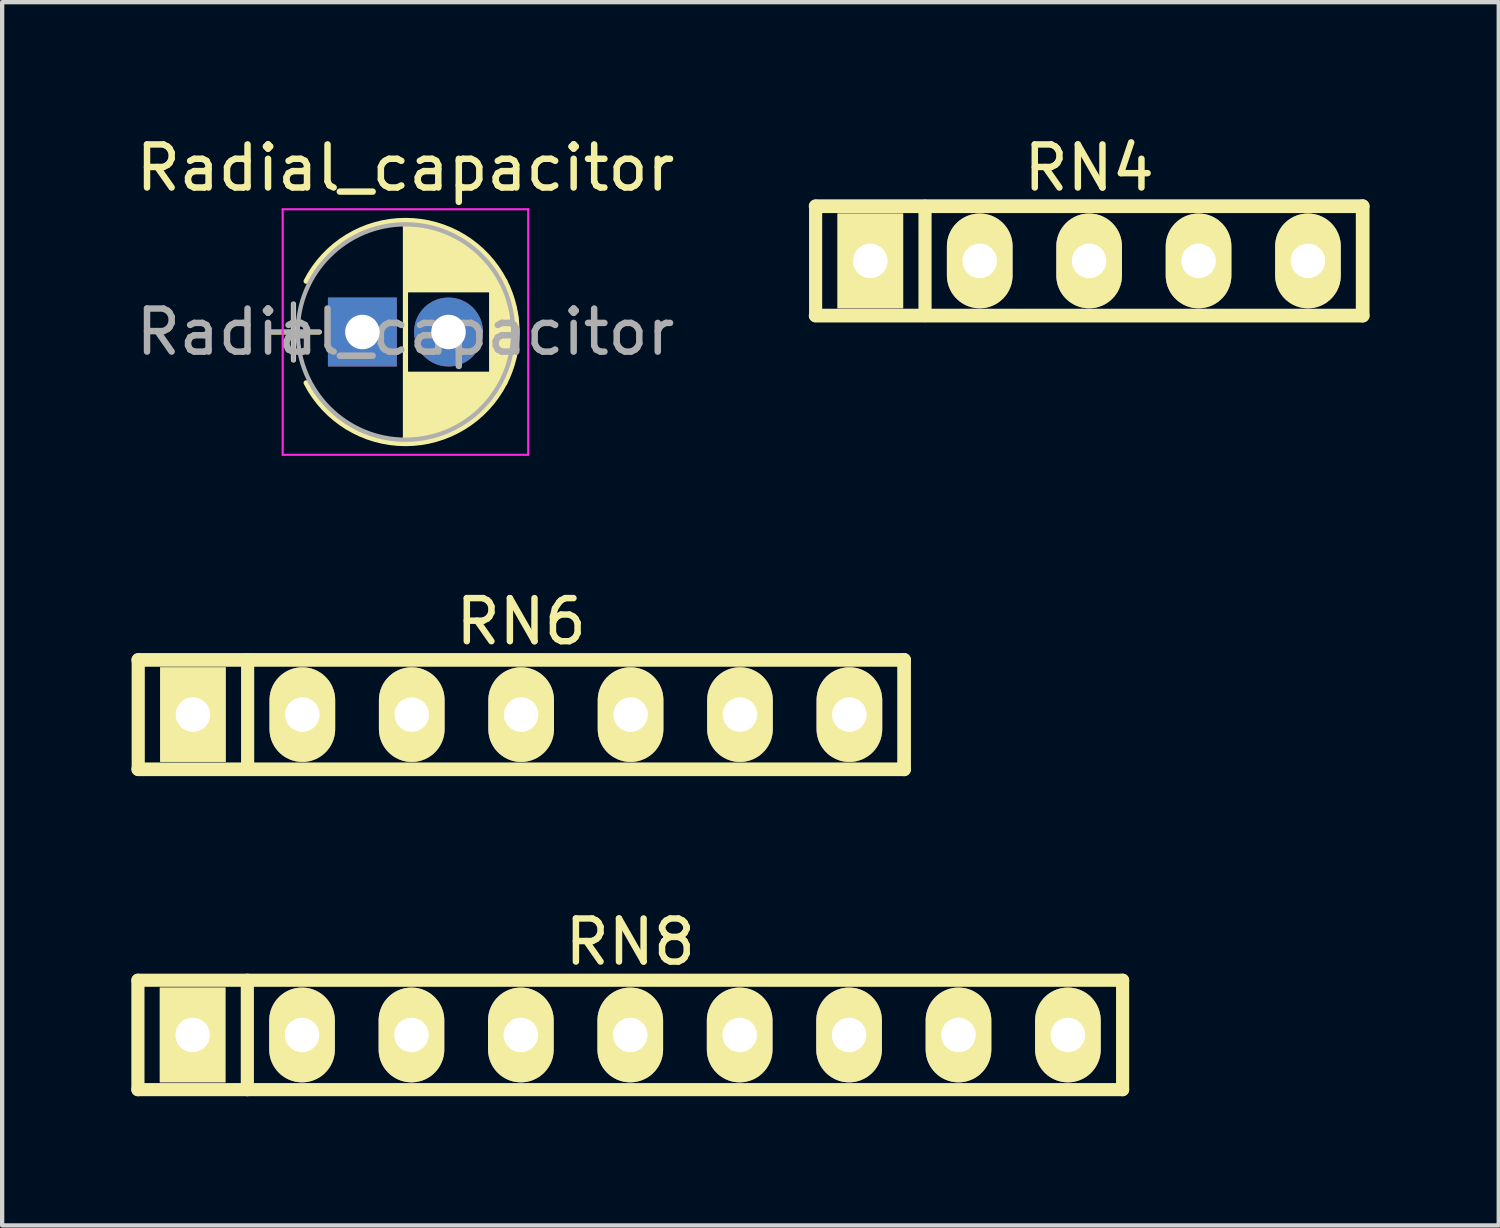
<source format=kicad_pcb>
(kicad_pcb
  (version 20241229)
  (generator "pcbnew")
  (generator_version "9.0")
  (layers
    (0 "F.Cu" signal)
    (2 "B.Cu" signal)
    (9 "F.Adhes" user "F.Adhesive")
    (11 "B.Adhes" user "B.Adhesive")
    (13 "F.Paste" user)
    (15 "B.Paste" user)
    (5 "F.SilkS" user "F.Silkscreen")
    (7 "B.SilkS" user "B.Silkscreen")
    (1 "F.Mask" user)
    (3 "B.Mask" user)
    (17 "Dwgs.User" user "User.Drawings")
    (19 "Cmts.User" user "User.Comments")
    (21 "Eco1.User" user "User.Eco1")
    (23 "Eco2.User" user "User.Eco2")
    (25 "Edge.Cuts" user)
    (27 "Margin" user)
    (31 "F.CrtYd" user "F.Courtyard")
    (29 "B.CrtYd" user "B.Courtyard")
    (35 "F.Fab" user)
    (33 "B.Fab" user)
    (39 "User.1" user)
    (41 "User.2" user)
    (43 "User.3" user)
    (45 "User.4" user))
  (footprint "RN4"
    (layer "F.Cu")
    (at 22.235 3.007)
    (property "Reference" "RN4" (at 0 -2.159 0) (layer "F.SilkS") (effects (font (size 1 1) (thickness 0.15))))
    (attr through_hole)
    (fp_line (start -6.35 -1.27) (end 6.35 -1.27) (stroke (width 0.318) (type solid)) (layer "F.SilkS"))
    (fp_line (start -6.35 1.27) (end -6.35 -1.27) (stroke (width 0.305) (type solid)) (layer "F.SilkS"))
    (fp_line (start -3.81 -1.27) (end -3.81 1.27) (stroke (width 0.305) (type solid)) (layer "F.SilkS"))
    (fp_line (start 6.35 -1.27) (end 6.35 1.27) (stroke (width 0.318) (type solid)) (layer "F.SilkS"))
    (fp_line (start 6.35 1.27) (end -6.35 1.27) (stroke (width 0.318) (type solid)) (layer "F.SilkS"))
    (pad "1" thru_hole rect (at -5.08 0) (size 1.524 2.2) (drill 0.8) (layers "*.Cu" "*.Mask" "F.SilkS"))
    (pad "2" thru_hole oval (at -2.54 0) (size 1.524 2.2) (drill 0.8) (layers "*.Cu" "*.Mask" "F.SilkS"))
    (pad "3" thru_hole oval (at 0 0) (size 1.524 2.2) (drill 0.8) (layers "*.Cu" "*.Mask" "F.SilkS"))
    (pad "4" thru_hole oval (at 2.54 0) (size 1.524 2.2) (drill 0.8) (layers "*.Cu" "*.Mask" "F.SilkS"))
    (pad "5" thru_hole oval (at 5.08 0) (size 1.524 2.2) (drill 0.8) (layers "*.Cu" "*.Mask" "F.SilkS")))
  (footprint "RN8"
    (layer "F.Cu")
    (at 11.582 20.977)
    (property "Reference" "RN8" (at 0 -2.159 0) (layer "F.SilkS") (effects (font (size 1 1) (thickness 0.15))))
    (attr through_hole)
    (fp_line (start -11.43 -1.27) (end 11.43 -1.27) (stroke (width 0.305) (type solid)) (layer "F.SilkS"))
    (fp_line (start -11.43 1.27) (end -11.43 -1.27) (stroke (width 0.305) (type solid)) (layer "F.SilkS"))
    (fp_line (start -8.89 -1.27) (end -8.89 1.27) (stroke (width 0.305) (type solid)) (layer "F.SilkS"))
    (fp_line (start 11.43 -1.27) (end 11.43 1.27) (stroke (width 0.305) (type solid)) (layer "F.SilkS"))
    (fp_line (start 11.43 1.27) (end -11.43 1.27) (stroke (width 0.305) (type solid)) (layer "F.SilkS"))
    (pad "1" thru_hole rect (at -10.16 0) (size 1.524 2.2) (drill 0.8) (layers "*.Cu" "*.Mask" "F.SilkS"))
    (pad "2" thru_hole oval (at -7.62 0) (size 1.524 2.2) (drill 0.8) (layers "*.Cu" "*.Mask" "F.SilkS"))
    (pad "3" thru_hole oval (at -5.08 0) (size 1.524 2.2) (drill 0.8) (layers "*.Cu" "*.Mask" "F.SilkS"))
    (pad "4" thru_hole oval (at -2.54 0) (size 1.524 2.2) (drill 0.8) (layers "*.Cu" "*.Mask" "F.SilkS"))
    (pad "5" thru_hole oval (at 0 0) (size 1.524 2.2) (drill 0.8) (layers "*.Cu" "*.Mask" "F.SilkS"))
    (pad "6" thru_hole oval (at 2.54 0) (size 1.524 2.2) (drill 0.8) (layers "*.Cu" "*.Mask" "F.SilkS"))
    (pad "7" thru_hole oval (at 5.08 0) (size 1.524 2.2) (drill 0.8) (layers "*.Cu" "*.Mask" "F.SilkS"))
    (pad "8" thru_hole oval (at 7.62 0) (size 1.524 2.2) (drill 0.8) (layers "*.Cu" "*.Mask" "F.SilkS"))
    (pad "9" thru_hole oval (at 10.16 0) (size 1.524 2.2) (drill 0.8) (layers "*.Cu" "*.Mask" "F.SilkS")))
  (footprint "Radial_capacitor"
    (layer "F.Cu")
    (at 5.363 4.658)
    (property "Reference" "Radial_capacitor" (at 1 -3.81 0) (layer "F.SilkS") (effects (font (size 1 1) (thickness 0.15))))
    (attr through_hole)
    (fp_line (start -2.2 0) (end -1 0) (stroke (width 0.12) (type solid)) (layer "F.SilkS"))
    (fp_line (start -1.6 -0.65) (end -1.6 0.65) (stroke (width 0.12) (type solid)) (layer "F.SilkS"))
    (fp_line (start 1 -2.55) (end 1 2.55) (stroke (width 0.12) (type solid)) (layer "F.SilkS"))
    (fp_line (start 1.04 -2.55) (end 1.04 -0.98) (stroke (width 0.12) (type solid)) (layer "F.SilkS"))
    (fp_line (start 1.04 0.98) (end 1.04 2.55) (stroke (width 0.12) (type solid)) (layer "F.SilkS"))
    (fp_line (start 1.08 -2.549) (end 1.08 -0.98) (stroke (width 0.12) (type solid)) (layer "F.SilkS"))
    (fp_line (start 1.08 0.98) (end 1.08 2.549) (stroke (width 0.12) (type solid)) (layer "F.SilkS"))
    (fp_line (start 1.12 -2.548) (end 1.12 -0.98) (stroke (width 0.12) (type solid)) (layer "F.SilkS"))
    (fp_line (start 1.12 0.98) (end 1.12 2.548) (stroke (width 0.12) (type solid)) (layer "F.SilkS"))
    (fp_line (start 1.16 -2.546) (end 1.16 -0.98) (stroke (width 0.12) (type solid)) (layer "F.SilkS"))
    (fp_line (start 1.16 0.98) (end 1.16 2.546) (stroke (width 0.12) (type solid)) (layer "F.SilkS"))
    (fp_line (start 1.2 -2.543) (end 1.2 -0.98) (stroke (width 0.12) (type solid)) (layer "F.SilkS"))
    (fp_line (start 1.2 0.98) (end 1.2 2.543) (stroke (width 0.12) (type solid)) (layer "F.SilkS"))
    (fp_line (start 1.24 -2.539) (end 1.24 -0.98) (stroke (width 0.12) (type solid)) (layer "F.SilkS"))
    (fp_line (start 1.24 0.98) (end 1.24 2.539) (stroke (width 0.12) (type solid)) (layer "F.SilkS"))
    (fp_line (start 1.28 -2.535) (end 1.28 -0.98) (stroke (width 0.12) (type solid)) (layer "F.SilkS"))
    (fp_line (start 1.28 0.98) (end 1.28 2.535) (stroke (width 0.12) (type solid)) (layer "F.SilkS"))
    (fp_line (start 1.32 -2.531) (end 1.32 -0.98) (stroke (width 0.12) (type solid)) (layer "F.SilkS"))
    (fp_line (start 1.32 0.98) (end 1.32 2.531) (stroke (width 0.12) (type solid)) (layer "F.SilkS"))
    (fp_line (start 1.36 -2.525) (end 1.36 -0.98) (stroke (width 0.12) (type solid)) (layer "F.SilkS"))
    (fp_line (start 1.36 0.98) (end 1.36 2.525) (stroke (width 0.12) (type solid)) (layer "F.SilkS"))
    (fp_line (start 1.4 -2.519) (end 1.4 -0.98) (stroke (width 0.12) (type solid)) (layer "F.SilkS"))
    (fp_line (start 1.4 0.98) (end 1.4 2.519) (stroke (width 0.12) (type solid)) (layer "F.SilkS"))
    (fp_line (start 1.44 -2.513) (end 1.44 -0.98) (stroke (width 0.12) (type solid)) (layer "F.SilkS"))
    (fp_line (start 1.44 0.98) (end 1.44 2.513) (stroke (width 0.12) (type solid)) (layer "F.SilkS"))
    (fp_line (start 1.48 -2.506) (end 1.48 -0.98) (stroke (width 0.12) (type solid)) (layer "F.SilkS"))
    (fp_line (start 1.48 0.98) (end 1.48 2.506) (stroke (width 0.12) (type solid)) (layer "F.SilkS"))
    (fp_line (start 1.52 -2.498) (end 1.52 -0.98) (stroke (width 0.12) (type solid)) (layer "F.SilkS"))
    (fp_line (start 1.52 0.98) (end 1.52 2.498) (stroke (width 0.12) (type solid)) (layer "F.SilkS"))
    (fp_line (start 1.56 -2.489) (end 1.56 -0.98) (stroke (width 0.12) (type solid)) (layer "F.SilkS"))
    (fp_line (start 1.56 0.98) (end 1.56 2.489) (stroke (width 0.12) (type solid)) (layer "F.SilkS"))
    (fp_line (start 1.6 -2.48) (end 1.6 -0.98) (stroke (width 0.12) (type solid)) (layer "F.SilkS"))
    (fp_line (start 1.6 0.98) (end 1.6 2.48) (stroke (width 0.12) (type solid)) (layer "F.SilkS"))
    (fp_line (start 1.64 -2.47) (end 1.64 -0.98) (stroke (width 0.12) (type solid)) (layer "F.SilkS"))
    (fp_line (start 1.64 0.98) (end 1.64 2.47) (stroke (width 0.12) (type solid)) (layer "F.SilkS"))
    (fp_line (start 1.68 -2.46) (end 1.68 -0.98) (stroke (width 0.12) (type solid)) (layer "F.SilkS"))
    (fp_line (start 1.68 0.98) (end 1.68 2.46) (stroke (width 0.12) (type solid)) (layer "F.SilkS"))
    (fp_line (start 1.721 -2.448) (end 1.721 -0.98) (stroke (width 0.12) (type solid)) (layer "F.SilkS"))
    (fp_line (start 1.721 0.98) (end 1.721 2.448) (stroke (width 0.12) (type solid)) (layer "F.SilkS"))
    (fp_line (start 1.761 -2.436) (end 1.761 -0.98) (stroke (width 0.12) (type solid)) (layer "F.SilkS"))
    (fp_line (start 1.761 0.98) (end 1.761 2.436) (stroke (width 0.12) (type solid)) (layer "F.SilkS"))
    (fp_line (start 1.801 -2.424) (end 1.801 -0.98) (stroke (width 0.12) (type solid)) (layer "F.SilkS"))
    (fp_line (start 1.801 0.98) (end 1.801 2.424) (stroke (width 0.12) (type solid)) (layer "F.SilkS"))
    (fp_line (start 1.841 -2.41) (end 1.841 -0.98) (stroke (width 0.12) (type solid)) (layer "F.SilkS"))
    (fp_line (start 1.841 0.98) (end 1.841 2.41) (stroke (width 0.12) (type solid)) (layer "F.SilkS"))
    (fp_line (start 1.881 -2.396) (end 1.881 -0.98) (stroke (width 0.12) (type solid)) (layer "F.SilkS"))
    (fp_line (start 1.881 0.98) (end 1.881 2.396) (stroke (width 0.12) (type solid)) (layer "F.SilkS"))
    (fp_line (start 1.921 -2.382) (end 1.921 -0.98) (stroke (width 0.12) (type solid)) (layer "F.SilkS"))
    (fp_line (start 1.921 0.98) (end 1.921 2.382) (stroke (width 0.12) (type solid)) (layer "F.SilkS"))
    (fp_line (start 1.961 -2.366) (end 1.961 -0.98) (stroke (width 0.12) (type solid)) (layer "F.SilkS"))
    (fp_line (start 1.961 0.98) (end 1.961 2.366) (stroke (width 0.12) (type solid)) (layer "F.SilkS"))
    (fp_line (start 2.001 -2.35) (end 2.001 -0.98) (stroke (width 0.12) (type solid)) (layer "F.SilkS"))
    (fp_line (start 2.001 0.98) (end 2.001 2.35) (stroke (width 0.12) (type solid)) (layer "F.SilkS"))
    (fp_line (start 2.041 -2.333) (end 2.041 -0.98) (stroke (width 0.12) (type solid)) (layer "F.SilkS"))
    (fp_line (start 2.041 0.98) (end 2.041 2.333) (stroke (width 0.12) (type solid)) (layer "F.SilkS"))
    (fp_line (start 2.081 -2.315) (end 2.081 -0.98) (stroke (width 0.12) (type solid)) (layer "F.SilkS"))
    (fp_line (start 2.081 0.98) (end 2.081 2.315) (stroke (width 0.12) (type solid)) (layer "F.SilkS"))
    (fp_line (start 2.121 -2.296) (end 2.121 -0.98) (stroke (width 0.12) (type solid)) (layer "F.SilkS"))
    (fp_line (start 2.121 0.98) (end 2.121 2.296) (stroke (width 0.12) (type solid)) (layer "F.SilkS"))
    (fp_line (start 2.161 -2.276) (end 2.161 -0.98) (stroke (width 0.12) (type solid)) (layer "F.SilkS"))
    (fp_line (start 2.161 0.98) (end 2.161 2.276) (stroke (width 0.12) (type solid)) (layer "F.SilkS"))
    (fp_line (start 2.201 -2.256) (end 2.201 -0.98) (stroke (width 0.12) (type solid)) (layer "F.SilkS"))
    (fp_line (start 2.201 0.98) (end 2.201 2.256) (stroke (width 0.12) (type solid)) (layer "F.SilkS"))
    (fp_line (start 2.241 -2.234) (end 2.241 -0.98) (stroke (width 0.12) (type solid)) (layer "F.SilkS"))
    (fp_line (start 2.241 0.98) (end 2.241 2.234) (stroke (width 0.12) (type solid)) (layer "F.SilkS"))
    (fp_line (start 2.281 -2.212) (end 2.281 -0.98) (stroke (width 0.12) (type solid)) (layer "F.SilkS"))
    (fp_line (start 2.281 0.98) (end 2.281 2.212) (stroke (width 0.12) (type solid)) (layer "F.SilkS"))
    (fp_line (start 2.321 -2.189) (end 2.321 -0.98) (stroke (width 0.12) (type solid)) (layer "F.SilkS"))
    (fp_line (start 2.321 0.98) (end 2.321 2.189) (stroke (width 0.12) (type solid)) (layer "F.SilkS"))
    (fp_line (start 2.361 -2.165) (end 2.361 -0.98) (stroke (width 0.12) (type solid)) (layer "F.SilkS"))
    (fp_line (start 2.361 0.98) (end 2.361 2.165) (stroke (width 0.12) (type solid)) (layer "F.SilkS"))
    (fp_line (start 2.401 -2.14) (end 2.401 -0.98) (stroke (width 0.12) (type solid)) (layer "F.SilkS"))
    (fp_line (start 2.401 0.98) (end 2.401 2.14) (stroke (width 0.12) (type solid)) (layer "F.SilkS"))
    (fp_line (start 2.441 -2.113) (end 2.441 -0.98) (stroke (width 0.12) (type solid)) (layer "F.SilkS"))
    (fp_line (start 2.441 0.98) (end 2.441 2.113) (stroke (width 0.12) (type solid)) (layer "F.SilkS"))
    (fp_line (start 2.481 -2.086) (end 2.481 -0.98) (stroke (width 0.12) (type solid)) (layer "F.SilkS"))
    (fp_line (start 2.481 0.98) (end 2.481 2.086) (stroke (width 0.12) (type solid)) (layer "F.SilkS"))
    (fp_line (start 2.521 -2.058) (end 2.521 -0.98) (stroke (width 0.12) (type solid)) (layer "F.SilkS"))
    (fp_line (start 2.521 0.98) (end 2.521 2.058) (stroke (width 0.12) (type solid)) (layer "F.SilkS"))
    (fp_line (start 2.561 -2.028) (end 2.561 -0.98) (stroke (width 0.12) (type solid)) (layer "F.SilkS"))
    (fp_line (start 2.561 0.98) (end 2.561 2.028) (stroke (width 0.12) (type solid)) (layer "F.SilkS"))
    (fp_line (start 2.601 -1.997) (end 2.601 -0.98) (stroke (width 0.12) (type solid)) (layer "F.SilkS"))
    (fp_line (start 2.601 0.98) (end 2.601 1.997) (stroke (width 0.12) (type solid)) (layer "F.SilkS"))
    (fp_line (start 2.641 -1.965) (end 2.641 -0.98) (stroke (width 0.12) (type solid)) (layer "F.SilkS"))
    (fp_line (start 2.641 0.98) (end 2.641 1.965) (stroke (width 0.12) (type solid)) (layer "F.SilkS"))
    (fp_line (start 2.681 -1.932) (end 2.681 -0.98) (stroke (width 0.12) (type solid)) (layer "F.SilkS"))
    (fp_line (start 2.681 0.98) (end 2.681 1.932) (stroke (width 0.12) (type solid)) (layer "F.SilkS"))
    (fp_line (start 2.721 -1.897) (end 2.721 -0.98) (stroke (width 0.12) (type solid)) (layer "F.SilkS"))
    (fp_line (start 2.721 0.98) (end 2.721 1.897) (stroke (width 0.12) (type solid)) (layer "F.SilkS"))
    (fp_line (start 2.761 -1.861) (end 2.761 -0.98) (stroke (width 0.12) (type solid)) (layer "F.SilkS"))
    (fp_line (start 2.761 0.98) (end 2.761 1.861) (stroke (width 0.12) (type solid)) (layer "F.SilkS"))
    (fp_line (start 2.801 -1.823) (end 2.801 -0.98) (stroke (width 0.12) (type solid)) (layer "F.SilkS"))
    (fp_line (start 2.801 0.98) (end 2.801 1.823) (stroke (width 0.12) (type solid)) (layer "F.SilkS"))
    (fp_line (start 2.841 -1.783) (end 2.841 -0.98) (stroke (width 0.12) (type solid)) (layer "F.SilkS"))
    (fp_line (start 2.841 0.98) (end 2.841 1.783) (stroke (width 0.12) (type solid)) (layer "F.SilkS"))
    (fp_line (start 2.881 -1.742) (end 2.881 -0.98) (stroke (width 0.12) (type solid)) (layer "F.SilkS"))
    (fp_line (start 2.881 0.98) (end 2.881 1.742) (stroke (width 0.12) (type solid)) (layer "F.SilkS"))
    (fp_line (start 2.921 -1.699) (end 2.921 -0.98) (stroke (width 0.12) (type solid)) (layer "F.SilkS"))
    (fp_line (start 2.921 0.98) (end 2.921 1.699) (stroke (width 0.12) (type solid)) (layer "F.SilkS"))
    (fp_line (start 2.961 -1.654) (end 2.961 -0.98) (stroke (width 0.12) (type solid)) (layer "F.SilkS"))
    (fp_line (start 2.961 0.98) (end 2.961 1.654) (stroke (width 0.12) (type solid)) (layer "F.SilkS"))
    (fp_line (start 3.001 -1.606) (end 3.001 1.606) (stroke (width 0.12) (type solid)) (layer "F.SilkS"))
    (fp_line (start 3.041 -1.556) (end 3.041 1.556) (stroke (width 0.12) (type solid)) (layer "F.SilkS"))
    (fp_line (start 3.081 -1.504) (end 3.081 1.504) (stroke (width 0.12) (type solid)) (layer "F.SilkS"))
    (fp_line (start 3.121 -1.448) (end 3.121 1.448) (stroke (width 0.12) (type solid)) (layer "F.SilkS"))
    (fp_line (start 3.161 -1.39) (end 3.161 1.39) (stroke (width 0.12) (type solid)) (layer "F.SilkS"))
    (fp_line (start 3.201 -1.327) (end 3.201 1.327) (stroke (width 0.12) (type solid)) (layer "F.SilkS"))
    (fp_line (start 3.241 -1.261) (end 3.241 1.261) (stroke (width 0.12) (type solid)) (layer "F.SilkS"))
    (fp_line (start 3.281 -1.189) (end 3.281 1.189) (stroke (width 0.12) (type solid)) (layer "F.SilkS"))
    (fp_line (start 3.321 -1.112) (end 3.321 1.112) (stroke (width 0.12) (type solid)) (layer "F.SilkS"))
    (fp_line (start 3.361 -1.028) (end 3.361 1.028) (stroke (width 0.12) (type solid)) (layer "F.SilkS"))
    (fp_line (start 3.401 -0.934) (end 3.401 0.934) (stroke (width 0.12) (type solid)) (layer "F.SilkS"))
    (fp_line (start 3.441 -0.829) (end 3.441 0.829) (stroke (width 0.12) (type solid)) (layer "F.SilkS"))
    (fp_line (start 3.481 -0.707) (end 3.481 0.707) (stroke (width 0.12) (type solid)) (layer "F.SilkS"))
    (fp_line (start 3.521 -0.559) (end 3.521 0.559) (stroke (width 0.12) (type solid)) (layer "F.SilkS"))
    (fp_line (start 3.561 -0.354) (end 3.561 0.354) (stroke (width 0.12) (type solid)) (layer "F.SilkS"))
    (fp_arc (start -1.30558 -1.18) (mid 1.000156 -2.59) (end 3.305722 -1.179722) (stroke (width 0.12) (type solid)) (layer "F.SilkS"))
    (fp_arc (start 3.30558 -1.18) (mid 3.59 -0.000156) (end 3.305722 1.179722) (stroke (width 0.12) (type solid)) (layer "F.SilkS"))
    (fp_arc (start 3.305722 1.179722) (mid 1.000156 2.59) (end -1.30558 1.18) (stroke (width 0.12) (type solid)) (layer "F.SilkS"))
    (fp_line (start -1.85 -2.85) (end -1.85 2.85) (stroke (width 0.05) (type solid)) (layer "F.CrtYd"))
    (fp_line (start -1.85 2.85) (end 3.85 2.85) (stroke (width 0.05) (type solid)) (layer "F.CrtYd"))
    (fp_line (start 3.85 -2.85) (end -1.85 -2.85) (stroke (width 0.05) (type solid)) (layer "F.CrtYd"))
    (fp_line (start 3.85 2.85) (end 3.85 -2.85) (stroke (width 0.05) (type solid)) (layer "F.CrtYd"))
    (fp_line (start -2.2 0) (end -1 0) (stroke (width 0.1) (type solid)) (layer "F.Fab"))
    (fp_line (start -1.6 -0.65) (end -1.6 0.65) (stroke (width 0.1) (type solid)) (layer "F.Fab"))
    (fp_circle (center 1 0) (end 3.5 0) (stroke (width 0.1) (type solid)) (fill no) (layer "F.Fab"))
    (fp_text user "${REFERENCE}" (at 1 0 0) (layer "F.Fab") (effects (font (size 1 1) (thickness 0.15))))
    (pad "1" thru_hole rect (at 0 0) (size 1.6 1.6) (drill 0.8) (layers "*.Cu" "*.Mask"))
    (pad "2" thru_hole circle (at 2 0) (size 1.6 1.6) (drill 0.8) (layers "*.Cu" "*.Mask")))
  (footprint "RN6"
    (layer "F.Cu")
    (at 9.049 13.54)
    (property "Reference" "RN6" (at 0 -2.159 0) (layer "F.SilkS") (effects (font (size 1 1) (thickness 0.15))))
    (attr through_hole)
    (fp_line (start -8.89 -1.27) (end 8.89 -1.27) (stroke (width 0.318) (type solid)) (layer "F.SilkS"))
    (fp_line (start -8.89 1.27) (end -8.89 -1.27) (stroke (width 0.305) (type solid)) (layer "F.SilkS"))
    (fp_line (start -6.35 -1.27) (end -6.35 1.27) (stroke (width 0.305) (type solid)) (layer "F.SilkS"))
    (fp_line (start 8.89 -1.27) (end 8.89 1.27) (stroke (width 0.318) (type solid)) (layer "F.SilkS"))
    (fp_line (start 8.89 1.27) (end -8.89 1.27) (stroke (width 0.318) (type solid)) (layer "F.SilkS"))
    (pad "1" thru_hole rect (at -7.62 0) (size 1.524 2.197) (drill 0.8) (layers "*.Cu" "*.Mask" "F.SilkS"))
    (pad "2" thru_hole oval (at -5.08 0) (size 1.524 2.197) (drill 0.8) (layers "*.Cu" "*.Mask" "F.SilkS"))
    (pad "3" thru_hole oval (at -2.54 0) (size 1.524 2.197) (drill 0.8) (layers "*.Cu" "*.Mask" "F.SilkS"))
    (pad "4" thru_hole oval (at 0 0) (size 1.524 2.197) (drill 0.8) (layers "*.Cu" "*.Mask" "F.SilkS"))
    (pad "5" thru_hole oval (at 2.54 0) (size 1.524 2.197) (drill 0.8) (layers "*.Cu" "*.Mask" "F.SilkS"))
    (pad "6" thru_hole oval (at 5.08 0) (size 1.524 2.197) (drill 0.8) (layers "*.Cu" "*.Mask" "F.SilkS"))
    (pad "7" thru_hole oval (at 7.62 0) (size 1.524 2.197) (drill 0.8) (layers "*.Cu" "*.Mask" "F.SilkS")))
  (gr_rect
    (start -3 -3)
    (end 31.744 25.399)
    (stroke (width 0.1) (type default))
    (fill no)
    (layer "Edge.Cuts")))
</source>
